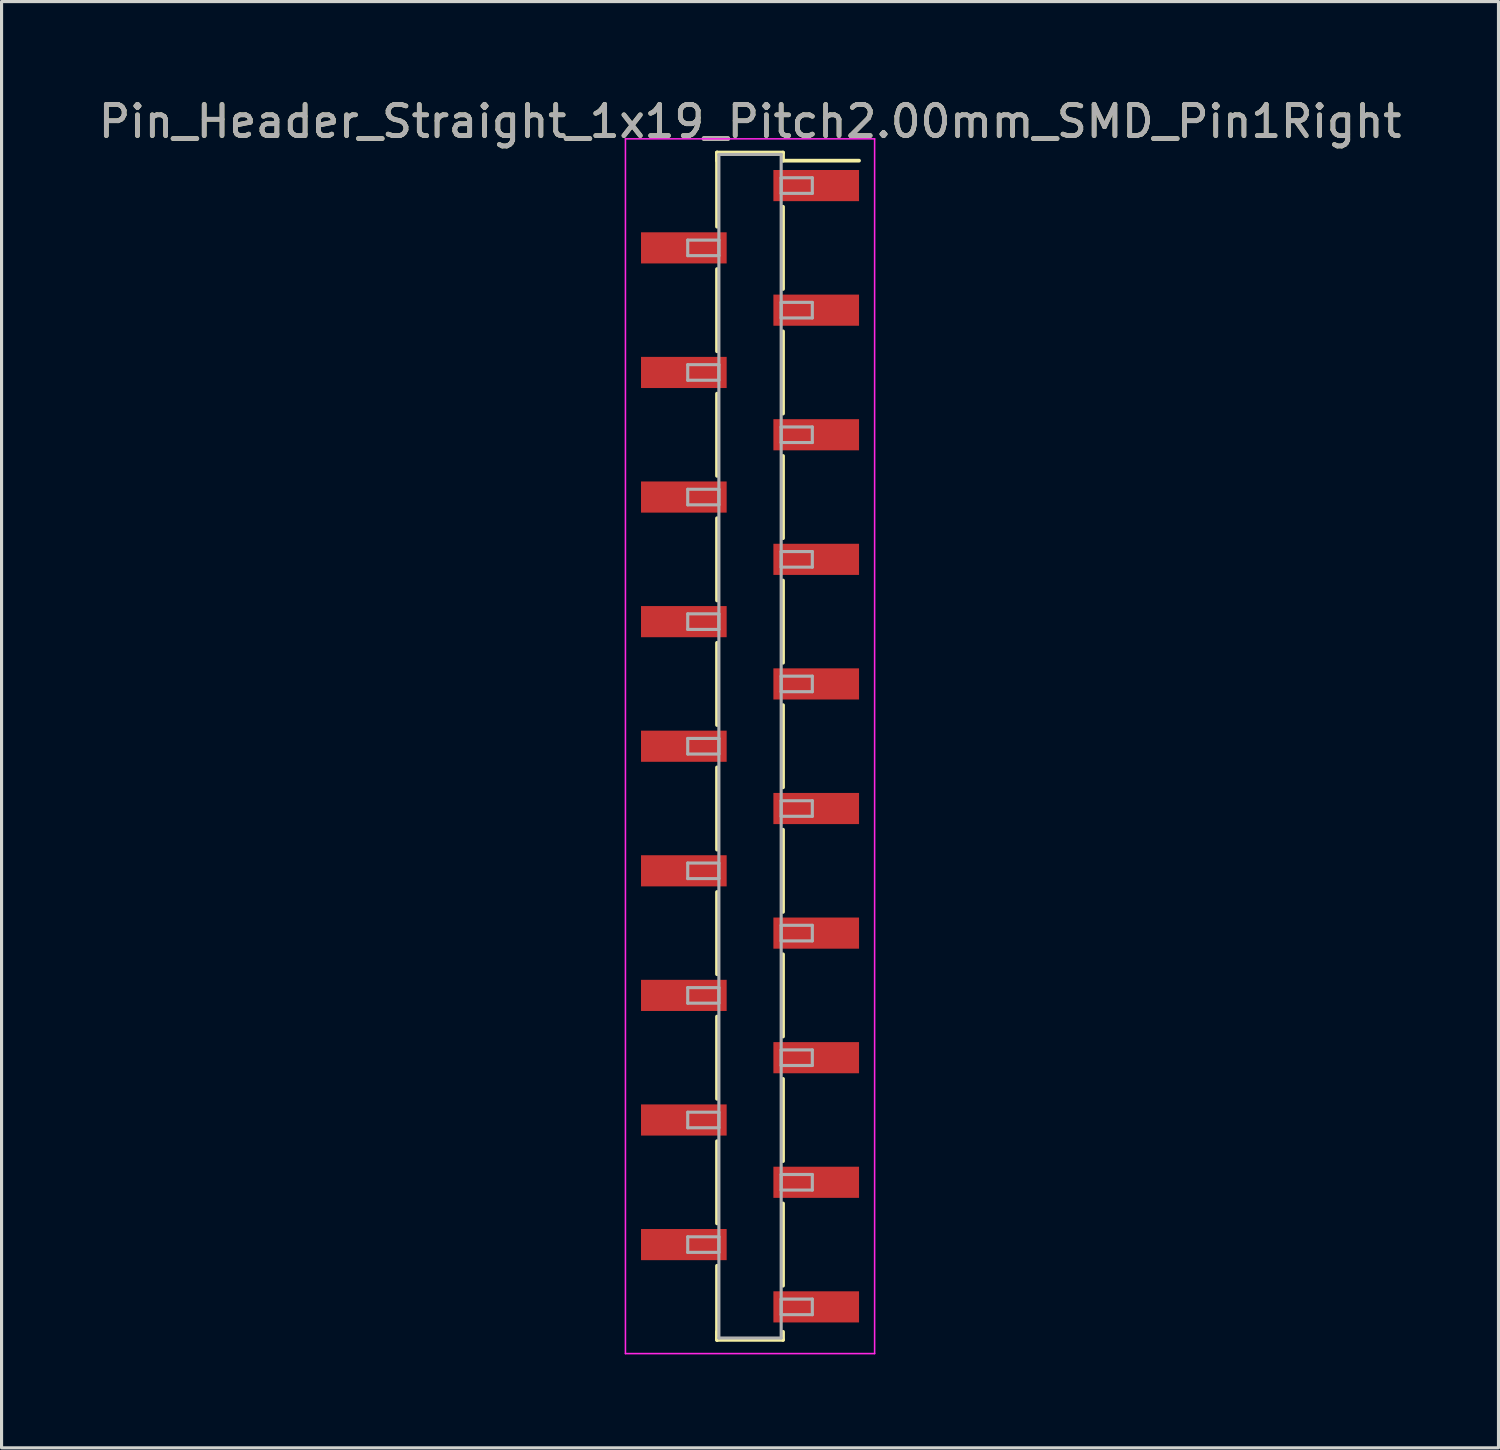
<source format=kicad_pcb>
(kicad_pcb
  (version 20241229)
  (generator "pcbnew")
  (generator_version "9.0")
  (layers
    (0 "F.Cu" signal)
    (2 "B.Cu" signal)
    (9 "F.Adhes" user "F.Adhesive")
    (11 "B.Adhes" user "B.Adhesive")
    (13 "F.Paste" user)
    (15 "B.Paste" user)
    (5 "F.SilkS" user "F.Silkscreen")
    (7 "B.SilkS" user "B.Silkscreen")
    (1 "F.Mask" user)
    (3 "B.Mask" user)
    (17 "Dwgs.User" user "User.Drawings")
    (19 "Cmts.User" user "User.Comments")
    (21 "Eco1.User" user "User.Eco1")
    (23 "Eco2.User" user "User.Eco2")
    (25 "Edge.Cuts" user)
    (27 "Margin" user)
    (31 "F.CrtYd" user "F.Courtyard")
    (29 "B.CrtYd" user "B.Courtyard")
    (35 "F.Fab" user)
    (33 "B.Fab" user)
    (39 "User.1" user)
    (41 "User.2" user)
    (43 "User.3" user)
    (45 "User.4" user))
  (footprint "Pin_Header_Straight_1x19_Pitch2.00mm_SMD_Pin1Right"
    (layer "F.Cu")
    (at 21.03 20.908)
    (property "Reference" "Pin_Header_Straight_1x19_Pitch2.00mm_SMD_Pin1Right" (at 0 -20.06 0) (layer "F.SilkS") (effects (font (size 1 1) (thickness 0.15))))
    (attr smd)
    (fp_line (start -1.06 -19.06) (end -1.06 -16.68) (stroke (width 0.12) (type solid)) (layer "F.SilkS"))
    (fp_line (start -1.06 -19.06) (end 1.06 -19.06) (stroke (width 0.12) (type solid)) (layer "F.SilkS"))
    (fp_line (start -1.06 -18.8) (end -1.06 -19.06) (stroke (width 0.12) (type solid)) (layer "F.SilkS"))
    (fp_line (start -1.06 -15.32) (end -1.06 -12.68) (stroke (width 0.12) (type solid)) (layer "F.SilkS"))
    (fp_line (start -1.06 -11.32) (end -1.06 -8.68) (stroke (width 0.12) (type solid)) (layer "F.SilkS"))
    (fp_line (start -1.06 -7.32) (end -1.06 -4.68) (stroke (width 0.12) (type solid)) (layer "F.SilkS"))
    (fp_line (start -1.06 -3.32) (end -1.06 -0.68) (stroke (width 0.12) (type solid)) (layer "F.SilkS"))
    (fp_line (start -1.06 0.68) (end -1.06 3.32) (stroke (width 0.12) (type solid)) (layer "F.SilkS"))
    (fp_line (start -1.06 4.68) (end -1.06 7.32) (stroke (width 0.12) (type solid)) (layer "F.SilkS"))
    (fp_line (start -1.06 8.68) (end -1.06 11.32) (stroke (width 0.12) (type solid)) (layer "F.SilkS"))
    (fp_line (start -1.06 12.68) (end -1.06 15.32) (stroke (width 0.12) (type solid)) (layer "F.SilkS"))
    (fp_line (start -1.06 16.68) (end -1.06 19.06) (stroke (width 0.12) (type solid)) (layer "F.SilkS"))
    (fp_line (start -1.06 18.8) (end -1.06 19.06) (stroke (width 0.12) (type solid)) (layer "F.SilkS"))
    (fp_line (start -1.06 19.06) (end 1.06 19.06) (stroke (width 0.12) (type solid)) (layer "F.SilkS"))
    (fp_line (start 1.06 -19.06) (end 1.06 -18.8) (stroke (width 0.12) (type solid)) (layer "F.SilkS"))
    (fp_line (start 1.06 -18.8) (end 3.5 -18.8) (stroke (width 0.12) (type solid)) (layer "F.SilkS"))
    (fp_line (start 1.06 -17.32) (end 1.06 -14.68) (stroke (width 0.12) (type solid)) (layer "F.SilkS"))
    (fp_line (start 1.06 -13.32) (end 1.06 -10.68) (stroke (width 0.12) (type solid)) (layer "F.SilkS"))
    (fp_line (start 1.06 -9.32) (end 1.06 -6.68) (stroke (width 0.12) (type solid)) (layer "F.SilkS"))
    (fp_line (start 1.06 -5.32) (end 1.06 -2.68) (stroke (width 0.12) (type solid)) (layer "F.SilkS"))
    (fp_line (start 1.06 -1.32) (end 1.06 1.32) (stroke (width 0.12) (type solid)) (layer "F.SilkS"))
    (fp_line (start 1.06 2.68) (end 1.06 5.32) (stroke (width 0.12) (type solid)) (layer "F.SilkS"))
    (fp_line (start 1.06 6.68) (end 1.06 9.32) (stroke (width 0.12) (type solid)) (layer "F.SilkS"))
    (fp_line (start 1.06 10.68) (end 1.06 13.32) (stroke (width 0.12) (type solid)) (layer "F.SilkS"))
    (fp_line (start 1.06 14.68) (end 1.06 17.32) (stroke (width 0.12) (type solid)) (layer "F.SilkS"))
    (fp_line (start 1.06 19.06) (end 1.06 18.8) (stroke (width 0.12) (type solid)) (layer "F.SilkS"))
    (fp_line (start -4 -19.5) (end -4 19.5) (stroke (width 0.05) (type solid)) (layer "F.CrtYd"))
    (fp_line (start -4 19.5) (end 4 19.5) (stroke (width 0.05) (type solid)) (layer "F.CrtYd"))
    (fp_line (start 4 -19.5) (end -4 -19.5) (stroke (width 0.05) (type solid)) (layer "F.CrtYd"))
    (fp_line (start 4 19.5) (end 4 -19.5) (stroke (width 0.05) (type solid)) (layer "F.CrtYd"))
    (fp_line (start -2 -16.25) (end -1 -16.25) (stroke (width 0.1) (type solid)) (layer "F.Fab"))
    (fp_line (start -2 -15.75) (end -2 -16.25) (stroke (width 0.1) (type solid)) (layer "F.Fab"))
    (fp_line (start -2 -12.25) (end -1 -12.25) (stroke (width 0.1) (type solid)) (layer "F.Fab"))
    (fp_line (start -2 -11.75) (end -2 -12.25) (stroke (width 0.1) (type solid)) (layer "F.Fab"))
    (fp_line (start -2 -8.25) (end -1 -8.25) (stroke (width 0.1) (type solid)) (layer "F.Fab"))
    (fp_line (start -2 -7.75) (end -2 -8.25) (stroke (width 0.1) (type solid)) (layer "F.Fab"))
    (fp_line (start -2 -4.25) (end -1 -4.25) (stroke (width 0.1) (type solid)) (layer "F.Fab"))
    (fp_line (start -2 -3.75) (end -2 -4.25) (stroke (width 0.1) (type solid)) (layer "F.Fab"))
    (fp_line (start -2 -0.25) (end -1 -0.25) (stroke (width 0.1) (type solid)) (layer "F.Fab"))
    (fp_line (start -2 0.25) (end -2 -0.25) (stroke (width 0.1) (type solid)) (layer "F.Fab"))
    (fp_line (start -2 3.75) (end -1 3.75) (stroke (width 0.1) (type solid)) (layer "F.Fab"))
    (fp_line (start -2 4.25) (end -2 3.75) (stroke (width 0.1) (type solid)) (layer "F.Fab"))
    (fp_line (start -2 7.75) (end -1 7.75) (stroke (width 0.1) (type solid)) (layer "F.Fab"))
    (fp_line (start -2 8.25) (end -2 7.75) (stroke (width 0.1) (type solid)) (layer "F.Fab"))
    (fp_line (start -2 11.75) (end -1 11.75) (stroke (width 0.1) (type solid)) (layer "F.Fab"))
    (fp_line (start -2 12.25) (end -2 11.75) (stroke (width 0.1) (type solid)) (layer "F.Fab"))
    (fp_line (start -2 15.75) (end -1 15.75) (stroke (width 0.1) (type solid)) (layer "F.Fab"))
    (fp_line (start -2 16.25) (end -2 15.75) (stroke (width 0.1) (type solid)) (layer "F.Fab"))
    (fp_line (start -1 -19) (end -1 19) (stroke (width 0.1) (type solid)) (layer "F.Fab"))
    (fp_line (start -1 -16.25) (end -1 -15.75) (stroke (width 0.1) (type solid)) (layer "F.Fab"))
    (fp_line (start -1 -15.75) (end -2 -15.75) (stroke (width 0.1) (type solid)) (layer "F.Fab"))
    (fp_line (start -1 -12.25) (end -1 -11.75) (stroke (width 0.1) (type solid)) (layer "F.Fab"))
    (fp_line (start -1 -11.75) (end -2 -11.75) (stroke (width 0.1) (type solid)) (layer "F.Fab"))
    (fp_line (start -1 -8.25) (end -1 -7.75) (stroke (width 0.1) (type solid)) (layer "F.Fab"))
    (fp_line (start -1 -7.75) (end -2 -7.75) (stroke (width 0.1) (type solid)) (layer "F.Fab"))
    (fp_line (start -1 -4.25) (end -1 -3.75) (stroke (width 0.1) (type solid)) (layer "F.Fab"))
    (fp_line (start -1 -3.75) (end -2 -3.75) (stroke (width 0.1) (type solid)) (layer "F.Fab"))
    (fp_line (start -1 -0.25) (end -1 0.25) (stroke (width 0.1) (type solid)) (layer "F.Fab"))
    (fp_line (start -1 0.25) (end -2 0.25) (stroke (width 0.1) (type solid)) (layer "F.Fab"))
    (fp_line (start -1 3.75) (end -1 4.25) (stroke (width 0.1) (type solid)) (layer "F.Fab"))
    (fp_line (start -1 4.25) (end -2 4.25) (stroke (width 0.1) (type solid)) (layer "F.Fab"))
    (fp_line (start -1 7.75) (end -1 8.25) (stroke (width 0.1) (type solid)) (layer "F.Fab"))
    (fp_line (start -1 8.25) (end -2 8.25) (stroke (width 0.1) (type solid)) (layer "F.Fab"))
    (fp_line (start -1 11.75) (end -1 12.25) (stroke (width 0.1) (type solid)) (layer "F.Fab"))
    (fp_line (start -1 12.25) (end -2 12.25) (stroke (width 0.1) (type solid)) (layer "F.Fab"))
    (fp_line (start -1 15.75) (end -1 16.25) (stroke (width 0.1) (type solid)) (layer "F.Fab"))
    (fp_line (start -1 16.25) (end -2 16.25) (stroke (width 0.1) (type solid)) (layer "F.Fab"))
    (fp_line (start -1 19) (end 1 19) (stroke (width 0.1) (type solid)) (layer "F.Fab"))
    (fp_line (start 1 -19) (end -1 -19) (stroke (width 0.1) (type solid)) (layer "F.Fab"))
    (fp_line (start 1 -18.25) (end 1 -17.75) (stroke (width 0.1) (type solid)) (layer "F.Fab"))
    (fp_line (start 1 -17.75) (end 2 -17.75) (stroke (width 0.1) (type solid)) (layer "F.Fab"))
    (fp_line (start 1 -14.25) (end 1 -13.75) (stroke (width 0.1) (type solid)) (layer "F.Fab"))
    (fp_line (start 1 -13.75) (end 2 -13.75) (stroke (width 0.1) (type solid)) (layer "F.Fab"))
    (fp_line (start 1 -10.25) (end 1 -9.75) (stroke (width 0.1) (type solid)) (layer "F.Fab"))
    (fp_line (start 1 -9.75) (end 2 -9.75) (stroke (width 0.1) (type solid)) (layer "F.Fab"))
    (fp_line (start 1 -6.25) (end 1 -5.75) (stroke (width 0.1) (type solid)) (layer "F.Fab"))
    (fp_line (start 1 -5.75) (end 2 -5.75) (stroke (width 0.1) (type solid)) (layer "F.Fab"))
    (fp_line (start 1 -2.25) (end 1 -1.75) (stroke (width 0.1) (type solid)) (layer "F.Fab"))
    (fp_line (start 1 -1.75) (end 2 -1.75) (stroke (width 0.1) (type solid)) (layer "F.Fab"))
    (fp_line (start 1 1.75) (end 1 2.25) (stroke (width 0.1) (type solid)) (layer "F.Fab"))
    (fp_line (start 1 2.25) (end 2 2.25) (stroke (width 0.1) (type solid)) (layer "F.Fab"))
    (fp_line (start 1 5.75) (end 1 6.25) (stroke (width 0.1) (type solid)) (layer "F.Fab"))
    (fp_line (start 1 6.25) (end 2 6.25) (stroke (width 0.1) (type solid)) (layer "F.Fab"))
    (fp_line (start 1 9.75) (end 1 10.25) (stroke (width 0.1) (type solid)) (layer "F.Fab"))
    (fp_line (start 1 10.25) (end 2 10.25) (stroke (width 0.1) (type solid)) (layer "F.Fab"))
    (fp_line (start 1 13.75) (end 1 14.25) (stroke (width 0.1) (type solid)) (layer "F.Fab"))
    (fp_line (start 1 14.25) (end 2 14.25) (stroke (width 0.1) (type solid)) (layer "F.Fab"))
    (fp_line (start 1 17.75) (end 1 18.25) (stroke (width 0.1) (type solid)) (layer "F.Fab"))
    (fp_line (start 1 18.25) (end 2 18.25) (stroke (width 0.1) (type solid)) (layer "F.Fab"))
    (fp_line (start 1 19) (end 1 -19) (stroke (width 0.1) (type solid)) (layer "F.Fab"))
    (fp_line (start 2 -18.25) (end 1 -18.25) (stroke (width 0.1) (type solid)) (layer "F.Fab"))
    (fp_line (start 2 -17.75) (end 2 -18.25) (stroke (width 0.1) (type solid)) (layer "F.Fab"))
    (fp_line (start 2 -14.25) (end 1 -14.25) (stroke (width 0.1) (type solid)) (layer "F.Fab"))
    (fp_line (start 2 -13.75) (end 2 -14.25) (stroke (width 0.1) (type solid)) (layer "F.Fab"))
    (fp_line (start 2 -10.25) (end 1 -10.25) (stroke (width 0.1) (type solid)) (layer "F.Fab"))
    (fp_line (start 2 -9.75) (end 2 -10.25) (stroke (width 0.1) (type solid)) (layer "F.Fab"))
    (fp_line (start 2 -6.25) (end 1 -6.25) (stroke (width 0.1) (type solid)) (layer "F.Fab"))
    (fp_line (start 2 -5.75) (end 2 -6.25) (stroke (width 0.1) (type solid)) (layer "F.Fab"))
    (fp_line (start 2 -2.25) (end 1 -2.25) (stroke (width 0.1) (type solid)) (layer "F.Fab"))
    (fp_line (start 2 -1.75) (end 2 -2.25) (stroke (width 0.1) (type solid)) (layer "F.Fab"))
    (fp_line (start 2 1.75) (end 1 1.75) (stroke (width 0.1) (type solid)) (layer "F.Fab"))
    (fp_line (start 2 2.25) (end 2 1.75) (stroke (width 0.1) (type solid)) (layer "F.Fab"))
    (fp_line (start 2 5.75) (end 1 5.75) (stroke (width 0.1) (type solid)) (layer "F.Fab"))
    (fp_line (start 2 6.25) (end 2 5.75) (stroke (width 0.1) (type solid)) (layer "F.Fab"))
    (fp_line (start 2 9.75) (end 1 9.75) (stroke (width 0.1) (type solid)) (layer "F.Fab"))
    (fp_line (start 2 10.25) (end 2 9.75) (stroke (width 0.1) (type solid)) (layer "F.Fab"))
    (fp_line (start 2 13.75) (end 1 13.75) (stroke (width 0.1) (type solid)) (layer "F.Fab"))
    (fp_line (start 2 14.25) (end 2 13.75) (stroke (width 0.1) (type solid)) (layer "F.Fab"))
    (fp_line (start 2 17.75) (end 1 17.75) (stroke (width 0.1) (type solid)) (layer "F.Fab"))
    (fp_line (start 2 18.25) (end 2 17.75) (stroke (width 0.1) (type solid)) (layer "F.Fab"))
    (fp_text user "${REFERENCE}" (at 0 -20.06 0) (layer "F.Fab") (effects (font (size 1 1) (thickness 0.15))))
    (pad "1" smd rect (at 2.125 -18) (size 2.75 1) (layers "F.Cu" "F.Mask" "F.Paste"))
    (pad "2" smd rect (at -2.125 -16) (size 2.75 1) (layers "F.Cu" "F.Mask" "F.Paste"))
    (pad "3" smd rect (at 2.125 -14) (size 2.75 1) (layers "F.Cu" "F.Mask" "F.Paste"))
    (pad "4" smd rect (at -2.125 -12) (size 2.75 1) (layers "F.Cu" "F.Mask" "F.Paste"))
    (pad "5" smd rect (at 2.125 -10) (size 2.75 1) (layers "F.Cu" "F.Mask" "F.Paste"))
    (pad "6" smd rect (at -2.125 -8) (size 2.75 1) (layers "F.Cu" "F.Mask" "F.Paste"))
    (pad "7" smd rect (at 2.125 -6) (size 2.75 1) (layers "F.Cu" "F.Mask" "F.Paste"))
    (pad "8" smd rect (at -2.125 -4) (size 2.75 1) (layers "F.Cu" "F.Mask" "F.Paste"))
    (pad "9" smd rect (at 2.125 -2) (size 2.75 1) (layers "F.Cu" "F.Mask" "F.Paste"))
    (pad "10" smd rect (at -2.125 0) (size 2.75 1) (layers "F.Cu" "F.Mask" "F.Paste"))
    (pad "11" smd rect (at 2.125 2) (size 2.75 1) (layers "F.Cu" "F.Mask" "F.Paste"))
    (pad "12" smd rect (at -2.125 4) (size 2.75 1) (layers "F.Cu" "F.Mask" "F.Paste"))
    (pad "13" smd rect (at 2.125 6) (size 2.75 1) (layers "F.Cu" "F.Mask" "F.Paste"))
    (pad "14" smd rect (at -2.125 8) (size 2.75 1) (layers "F.Cu" "F.Mask" "F.Paste"))
    (pad "15" smd rect (at 2.125 10) (size 2.75 1) (layers "F.Cu" "F.Mask" "F.Paste"))
    (pad "16" smd rect (at -2.125 12) (size 2.75 1) (layers "F.Cu" "F.Mask" "F.Paste"))
    (pad "17" smd rect (at 2.125 14) (size 2.75 1) (layers "F.Cu" "F.Mask" "F.Paste"))
    (pad "18" smd rect (at -2.125 16) (size 2.75 1) (layers "F.Cu" "F.Mask" "F.Paste"))
    (pad "19" smd rect (at 2.125 18) (size 2.75 1) (layers "F.Cu" "F.Mask" "F.Paste")))
  (gr_rect
    (start -3 -3)
    (end 45.06 43.433)
    (stroke (width 0.1) (type default))
    (fill no)
    (layer "Edge.Cuts")))
</source>
